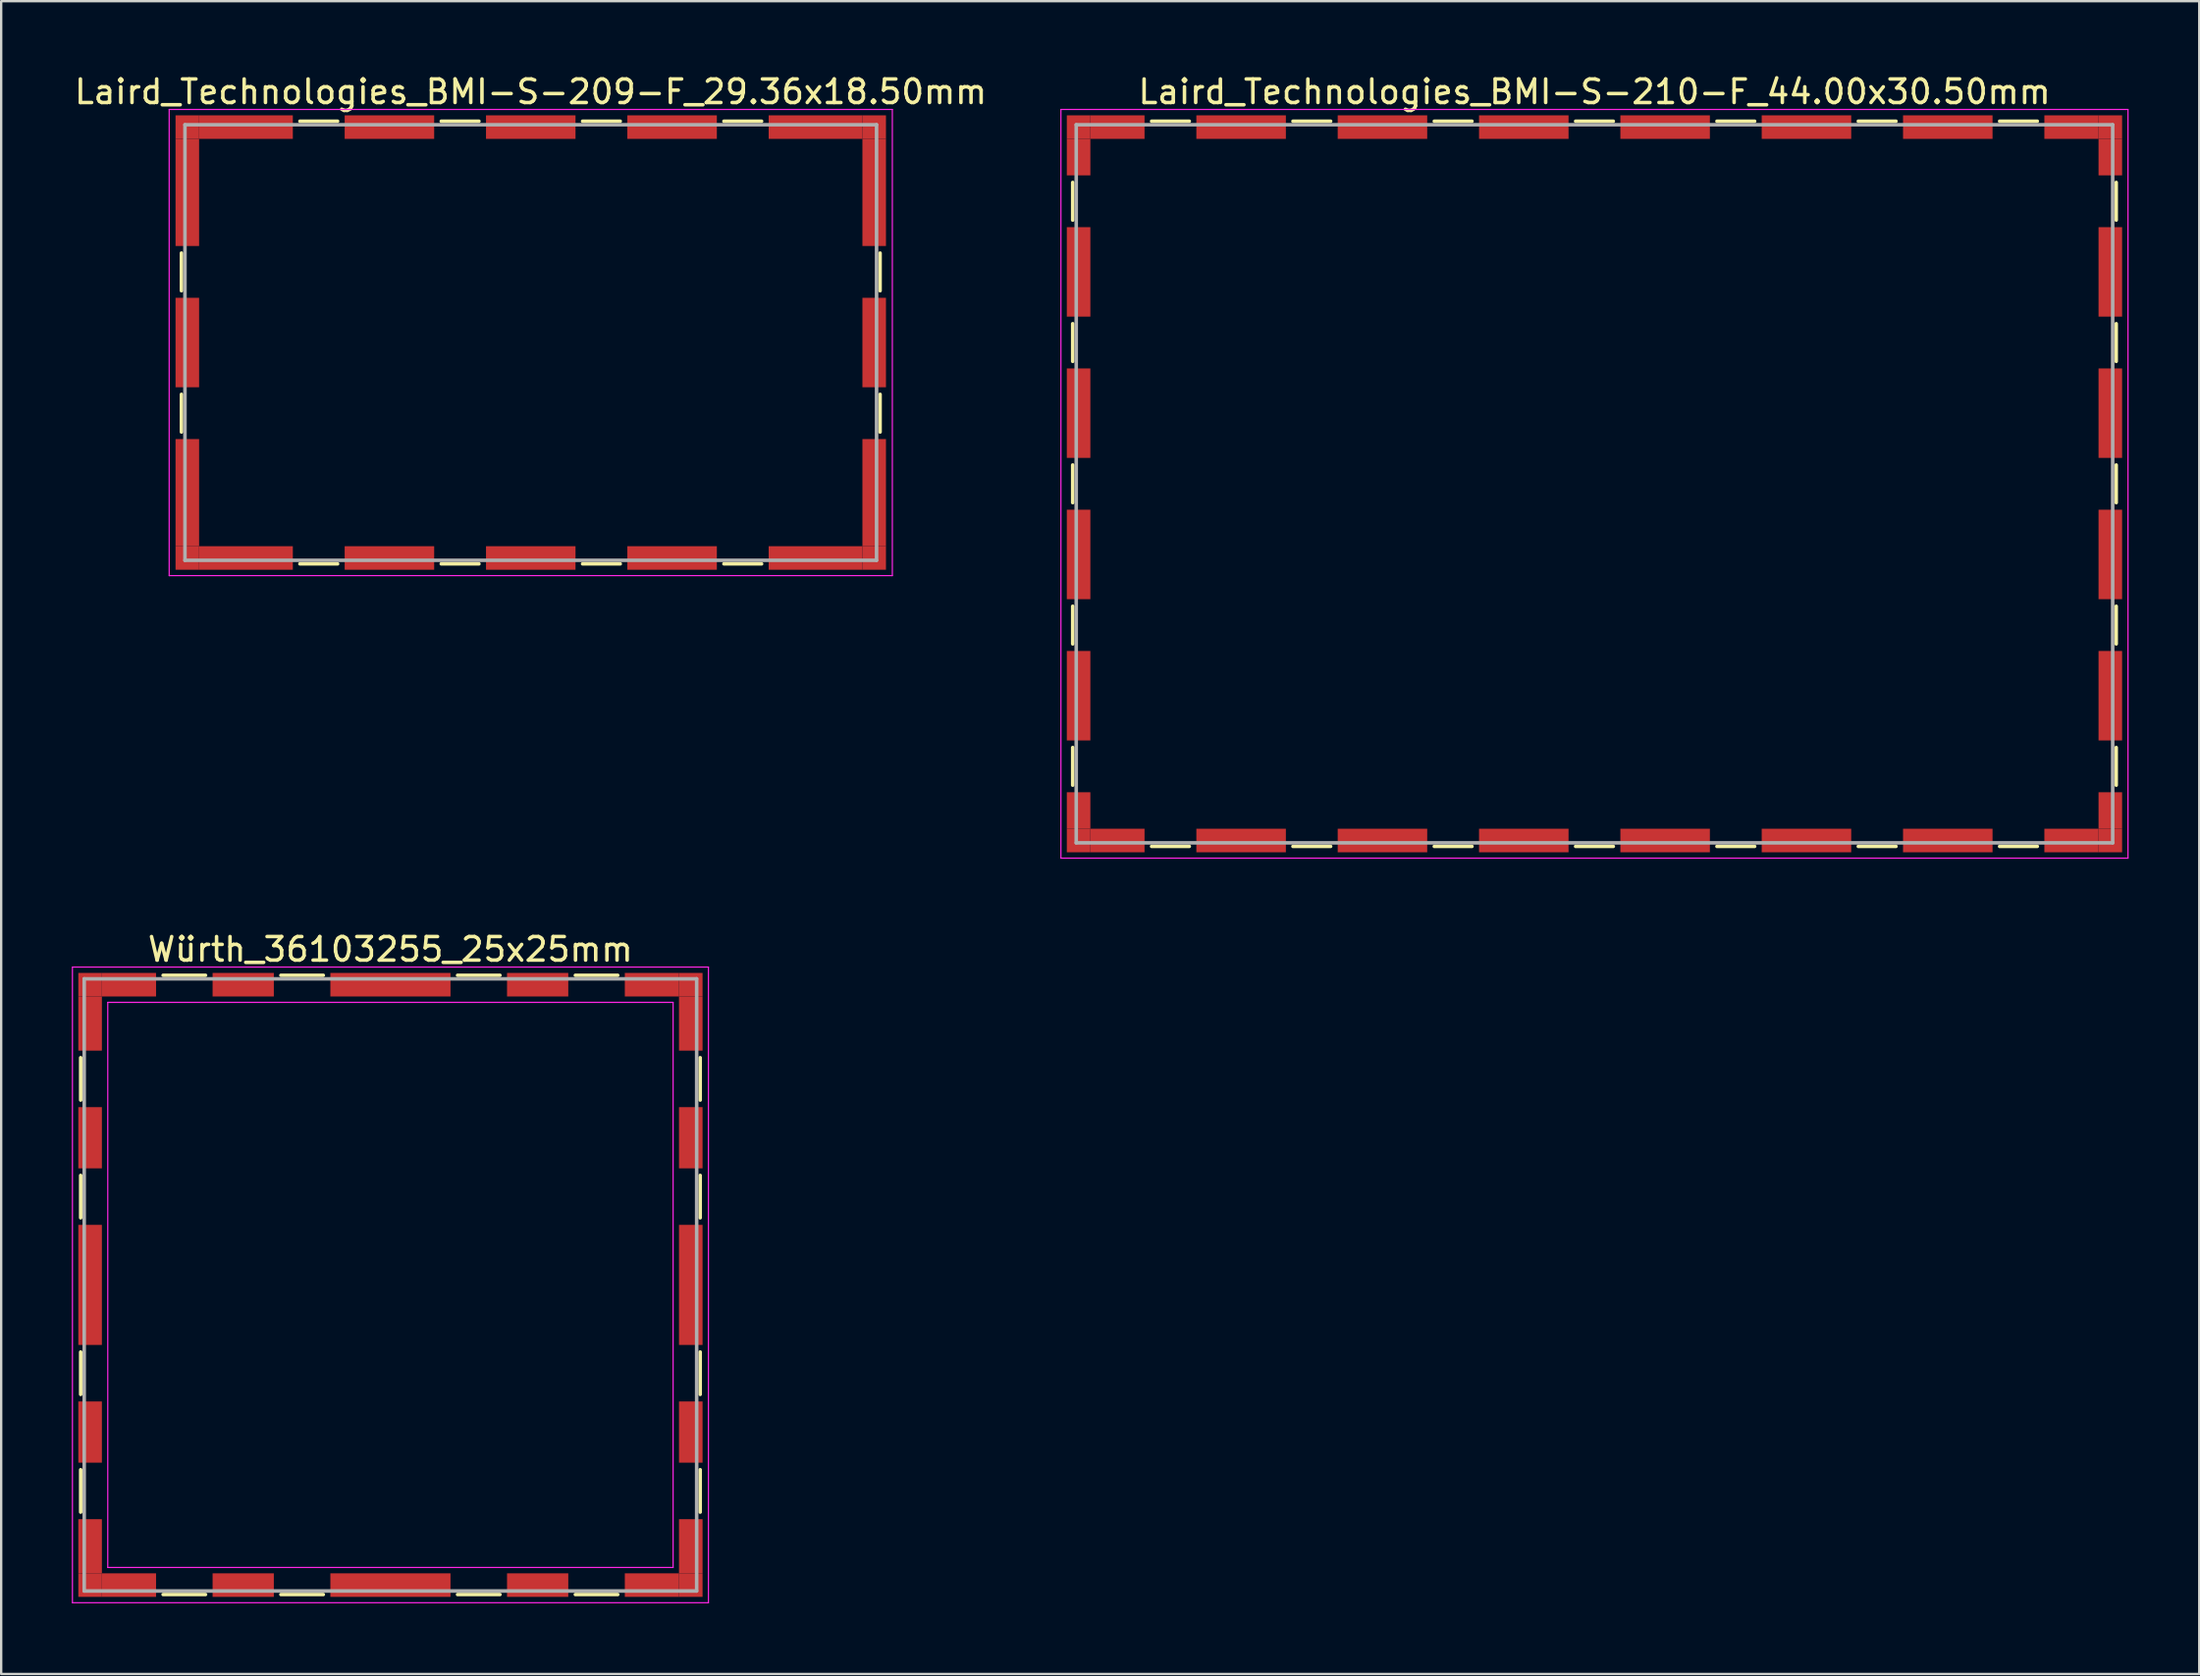
<source format=kicad_pcb>
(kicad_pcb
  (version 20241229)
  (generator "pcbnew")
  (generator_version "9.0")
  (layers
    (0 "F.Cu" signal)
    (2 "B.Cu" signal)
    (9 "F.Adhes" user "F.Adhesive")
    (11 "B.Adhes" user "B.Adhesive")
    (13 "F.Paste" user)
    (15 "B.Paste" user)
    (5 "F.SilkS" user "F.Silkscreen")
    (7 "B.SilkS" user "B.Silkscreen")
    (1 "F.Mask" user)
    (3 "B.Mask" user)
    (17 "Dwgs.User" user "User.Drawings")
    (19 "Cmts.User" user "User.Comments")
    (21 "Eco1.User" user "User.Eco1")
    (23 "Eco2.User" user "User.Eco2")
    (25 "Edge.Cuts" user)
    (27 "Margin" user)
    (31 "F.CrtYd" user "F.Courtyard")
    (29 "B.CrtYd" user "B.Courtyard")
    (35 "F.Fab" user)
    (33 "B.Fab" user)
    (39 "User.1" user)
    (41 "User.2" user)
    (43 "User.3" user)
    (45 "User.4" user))
  (footprint "Laird_Technologies_BMI-S-209-F_29.36x18.50mm"
    (layer "F.Cu")
    (at 19.482 11.498)
    (property "Reference" "Laird_Technologies_BMI-S-209-F_29.36x18.50mm" (at 0 -10.65 0) (layer "F.SilkS") (effects (font (size 1 1) (thickness 0.15))))
    (attr smd)
    (fp_line (start -14.83 -3.8) (end -14.83 -2.2) (stroke (width 0.15) (type solid)) (layer "F.SilkS"))
    (fp_line (start -14.83 2.2) (end -14.83 3.8) (stroke (width 0.15) (type solid)) (layer "F.SilkS"))
    (fp_line (start -9.8 -9.4) (end -8.2 -9.4) (stroke (width 0.15) (type solid)) (layer "F.SilkS"))
    (fp_line (start -9.8 9.4) (end -8.2 9.4) (stroke (width 0.15) (type solid)) (layer "F.SilkS"))
    (fp_line (start -3.8 -9.4) (end -2.2 -9.4) (stroke (width 0.15) (type solid)) (layer "F.SilkS"))
    (fp_line (start -3.8 9.4) (end -2.2 9.4) (stroke (width 0.15) (type solid)) (layer "F.SilkS"))
    (fp_line (start 2.2 -9.4) (end 3.8 -9.4) (stroke (width 0.15) (type solid)) (layer "F.SilkS"))
    (fp_line (start 2.2 9.4) (end 3.8 9.4) (stroke (width 0.15) (type solid)) (layer "F.SilkS"))
    (fp_line (start 8.2 -9.4) (end 9.8 -9.4) (stroke (width 0.15) (type solid)) (layer "F.SilkS"))
    (fp_line (start 8.2 9.4) (end 9.8 9.4) (stroke (width 0.15) (type solid)) (layer "F.SilkS"))
    (fp_line (start 14.83 -3.8) (end 14.83 -2.2) (stroke (width 0.15) (type solid)) (layer "F.SilkS"))
    (fp_line (start 14.83 2.2) (end 14.83 3.8) (stroke (width 0.15) (type solid)) (layer "F.SilkS"))
    (fp_line (start -15.35 -9.9) (end -15.35 9.9) (stroke (width 0.05) (type solid)) (layer "F.CrtYd"))
    (fp_line (start -15.35 9.9) (end 15.35 9.9) (stroke (width 0.05) (type solid)) (layer "F.CrtYd"))
    (fp_line (start 15.35 -9.9) (end -15.35 -9.9) (stroke (width 0.05) (type solid)) (layer "F.CrtYd"))
    (fp_line (start 15.35 9.9) (end 15.35 -9.9) (stroke (width 0.05) (type solid)) (layer "F.CrtYd"))
    (fp_line (start -14.68 -9.25) (end -14.68 9.25) (stroke (width 0.15) (type solid)) (layer "F.Fab"))
    (fp_line (start -14.68 9.25) (end 14.68 9.25) (stroke (width 0.15) (type solid)) (layer "F.Fab"))
    (fp_line (start 14.68 -9.25) (end -14.68 -9.25) (stroke (width 0.15) (type solid)) (layer "F.Fab"))
    (fp_line (start 14.68 9.25) (end 14.68 -9.25) (stroke (width 0.15) (type solid)) (layer "F.Fab"))
    (pad "1" smd rect (at -14.58 -9.15) (size 1 1) (layers "F.Cu" "F.Mask"))
    (pad "1" smd rect (at -14.58 -6.375) (size 1 4.55) (layers "F.Cu" "F.Mask"))
    (pad "1" smd rect (at -14.58 0) (size 1 3.8) (layers "F.Cu" "F.Mask"))
    (pad "1" smd rect (at -14.58 6.375) (size 1 4.55) (layers "F.Cu" "F.Mask"))
    (pad "1" smd rect (at -14.58 9.15) (size 1 1) (layers "F.Cu" "F.Mask"))
    (pad "1" smd rect (at -12.09 -9.15) (size 3.98 1) (layers "F.Cu" "F.Mask"))
    (pad "1" smd rect (at -12.09 9.15) (size 3.98 1) (layers "F.Cu" "F.Mask"))
    (pad "1" smd rect (at -6 -9.15) (size 3.8 1) (layers "F.Cu" "F.Mask"))
    (pad "1" smd rect (at -6 9.15) (size 3.8 1) (layers "F.Cu" "F.Mask"))
    (pad "1" smd rect (at 0 -9.15) (size 3.8 1) (layers "F.Cu" "F.Mask"))
    (pad "1" smd rect (at 0 9.15) (size 3.8 1) (layers "F.Cu" "F.Mask"))
    (pad "1" smd rect (at 6 -9.15) (size 3.8 1) (layers "F.Cu" "F.Mask"))
    (pad "1" smd rect (at 6 9.15) (size 3.8 1) (layers "F.Cu" "F.Mask"))
    (pad "1" smd rect (at 12.09 -9.15) (size 3.98 1) (layers "F.Cu" "F.Mask"))
    (pad "1" smd rect (at 12.09 9.15) (size 3.98 1) (layers "F.Cu" "F.Mask"))
    (pad "1" smd rect (at 14.58 -9.15) (size 1 1) (layers "F.Cu" "F.Mask"))
    (pad "1" smd rect (at 14.58 -6.375) (size 1 4.55) (layers "F.Cu" "F.Mask"))
    (pad "1" smd rect (at 14.58 0) (size 1 3.8) (layers "F.Cu" "F.Mask"))
    (pad "1" smd rect (at 14.58 6.375) (size 1 4.55) (layers "F.Cu" "F.Mask"))
    (pad "1" smd rect (at 14.58 9.15) (size 1 1) (layers "F.Cu" "F.Mask")))
  (footprint "Würth_36103255_25x25mm"
    (layer "F.Cu")
    (at 13.525 51.522)
    (property "Reference" "Würth_36103255_25x25mm" (at 0 -14.25 0) (layer "F.SilkS") (effects (font (size 1 1) (thickness 0.15))))
    (attr smd)
    (fp_line (start -13.15 -9.65) (end -13.15 -7.85) (stroke (width 0.15) (type solid)) (layer "F.SilkS"))
    (fp_line (start -13.15 -4.65) (end -13.15 -2.85) (stroke (width 0.15) (type solid)) (layer "F.SilkS"))
    (fp_line (start -13.15 2.85) (end -13.15 4.65) (stroke (width 0.15) (type solid)) (layer "F.SilkS"))
    (fp_line (start -13.15 7.85) (end -13.15 9.65) (stroke (width 0.15) (type solid)) (layer "F.SilkS"))
    (fp_line (start -9.65 -13.15) (end -7.85 -13.15) (stroke (width 0.15) (type solid)) (layer "F.SilkS"))
    (fp_line (start -9.65 13.15) (end -7.85 13.15) (stroke (width 0.15) (type solid)) (layer "F.SilkS"))
    (fp_line (start -4.65 -13.15) (end -2.85 -13.15) (stroke (width 0.15) (type solid)) (layer "F.SilkS"))
    (fp_line (start -4.65 13.15) (end -2.85 13.15) (stroke (width 0.15) (type solid)) (layer "F.SilkS"))
    (fp_line (start 2.85 -13.15) (end 4.65 -13.15) (stroke (width 0.15) (type solid)) (layer "F.SilkS"))
    (fp_line (start 2.85 13.15) (end 4.65 13.15) (stroke (width 0.15) (type solid)) (layer "F.SilkS"))
    (fp_line (start 7.85 -13.15) (end 9.65 -13.15) (stroke (width 0.15) (type solid)) (layer "F.SilkS"))
    (fp_line (start 7.85 13.15) (end 9.65 13.15) (stroke (width 0.15) (type solid)) (layer "F.SilkS"))
    (fp_line (start 13.15 -9.65) (end 13.15 -7.85) (stroke (width 0.15) (type solid)) (layer "F.SilkS"))
    (fp_line (start 13.15 -4.65) (end 13.15 -2.85) (stroke (width 0.15) (type solid)) (layer "F.SilkS"))
    (fp_line (start 13.15 2.85) (end 13.15 4.65) (stroke (width 0.15) (type solid)) (layer "F.SilkS"))
    (fp_line (start 13.15 7.85) (end 13.15 9.65) (stroke (width 0.15) (type solid)) (layer "F.SilkS"))
    (fp_line (start -13.5 -13.5) (end -13.5 13.5) (stroke (width 0.05) (type solid)) (layer "F.CrtYd"))
    (fp_line (start -13.5 13.5) (end 13.5 13.5) (stroke (width 0.05) (type solid)) (layer "F.CrtYd"))
    (fp_line (start -12 -12) (end -12 12) (stroke (width 0.05) (type solid)) (layer "F.CrtYd"))
    (fp_line (start -12 12) (end 12 12) (stroke (width 0.05) (type solid)) (layer "F.CrtYd"))
    (fp_line (start 12 -12) (end -12 -12) (stroke (width 0.05) (type solid)) (layer "F.CrtYd"))
    (fp_line (start 12 12) (end 12 -12) (stroke (width 0.05) (type solid)) (layer "F.CrtYd"))
    (fp_line (start 13.5 -13.5) (end -13.5 -13.5) (stroke (width 0.05) (type solid)) (layer "F.CrtYd"))
    (fp_line (start 13.5 13.5) (end 13.5 -13.5) (stroke (width 0.05) (type solid)) (layer "F.CrtYd"))
    (fp_line (start -13 -13) (end -13 13) (stroke (width 0.15) (type solid)) (layer "F.Fab"))
    (fp_line (start -13 13) (end 13 13) (stroke (width 0.15) (type solid)) (layer "F.Fab"))
    (fp_line (start 13 -13) (end -13 -13) (stroke (width 0.15) (type solid)) (layer "F.Fab"))
    (fp_line (start 13 13) (end 13 -13) (stroke (width 0.15) (type solid)) (layer "F.Fab"))
    (pad "1" smd rect (at -12.75 -12.75) (size 1 1) (layers "F.Cu" "F.Mask"))
    (pad "1" smd rect (at -12.75 -11.1) (size 1 2.3) (layers "F.Cu" "F.Mask"))
    (pad "1" smd rect (at -12.75 -6.25) (size 1 2.6) (layers "F.Cu" "F.Mask"))
    (pad "1" smd rect (at -12.75 0) (size 1 5.1) (layers "F.Cu" "F.Mask"))
    (pad "1" smd rect (at -12.75 6.25) (size 1 2.6) (layers "F.Cu" "F.Mask"))
    (pad "1" smd rect (at -12.75 11.1) (size 1 2.3) (layers "F.Cu" "F.Mask"))
    (pad "1" smd rect (at -12.75 12.75) (size 1 1) (layers "F.Cu" "F.Mask"))
    (pad "1" smd rect (at -11.1 -12.75) (size 2.3 1) (layers "F.Cu" "F.Mask"))
    (pad "1" smd rect (at -11.1 12.75) (size 2.3 1) (layers "F.Cu" "F.Mask"))
    (pad "1" smd rect (at -6.25 -12.75) (size 2.6 1) (layers "F.Cu" "F.Mask"))
    (pad "1" smd rect (at -6.25 12.75) (size 2.6 1) (layers "F.Cu" "F.Mask"))
    (pad "1" smd rect (at 0 -12.75) (size 5.1 1) (layers "F.Cu" "F.Mask"))
    (pad "1" smd rect (at 0 12.75) (size 5.1 1) (layers "F.Cu" "F.Mask"))
    (pad "1" smd rect (at 6.25 -12.75) (size 2.6 1) (layers "F.Cu" "F.Mask"))
    (pad "1" smd rect (at 6.25 12.75) (size 2.6 1) (layers "F.Cu" "F.Mask"))
    (pad "1" smd rect (at 11.1 -12.75) (size 2.3 1) (layers "F.Cu" "F.Mask"))
    (pad "1" smd rect (at 11.1 12.75) (size 2.3 1) (layers "F.Cu" "F.Mask"))
    (pad "1" smd rect (at 12.75 -12.75) (size 1 1) (layers "F.Cu" "F.Mask"))
    (pad "1" smd rect (at 12.75 -11.1) (size 1 2.3) (layers "F.Cu" "F.Mask"))
    (pad "1" smd rect (at 12.75 -6.25) (size 1 2.6) (layers "F.Cu" "F.Mask"))
    (pad "1" smd rect (at 12.75 0) (size 1 5.1) (layers "F.Cu" "F.Mask"))
    (pad "1" smd rect (at 12.75 6.25) (size 1 2.6) (layers "F.Cu" "F.Mask"))
    (pad "1" smd rect (at 12.75 11.1) (size 1 2.3) (layers "F.Cu" "F.Mask"))
    (pad "1" smd rect (at 12.75 12.75) (size 1 1) (layers "F.Cu" "F.Mask")))
  (footprint "Laird_Technologies_BMI-S-210-F_44.00x30.50mm"
    (layer "F.Cu")
    (at 64.639 17.498)
    (property "Reference" "Laird_Technologies_BMI-S-210-F_44.00x30.50mm" (at 0 -16.65 0) (layer "F.SilkS") (effects (font (size 1 1) (thickness 0.15))))
    (attr smd)
    (fp_line (start -22.15 -12.8) (end -22.15 -11.2) (stroke (width 0.15) (type solid)) (layer "F.SilkS"))
    (fp_line (start -22.15 -6.8) (end -22.15 -5.2) (stroke (width 0.15) (type solid)) (layer "F.SilkS"))
    (fp_line (start -22.15 -0.8) (end -22.15 0.8) (stroke (width 0.15) (type solid)) (layer "F.SilkS"))
    (fp_line (start -22.15 5.2) (end -22.15 6.8) (stroke (width 0.15) (type solid)) (layer "F.SilkS"))
    (fp_line (start -22.15 11.2) (end -22.15 12.8) (stroke (width 0.15) (type solid)) (layer "F.SilkS"))
    (fp_line (start -18.8 -15.4) (end -17.2 -15.4) (stroke (width 0.15) (type solid)) (layer "F.SilkS"))
    (fp_line (start -18.8 15.4) (end -17.2 15.4) (stroke (width 0.15) (type solid)) (layer "F.SilkS"))
    (fp_line (start -12.8 -15.4) (end -11.2 -15.4) (stroke (width 0.15) (type solid)) (layer "F.SilkS"))
    (fp_line (start -12.8 15.4) (end -11.2 15.4) (stroke (width 0.15) (type solid)) (layer "F.SilkS"))
    (fp_line (start -6.8 -15.4) (end -5.2 -15.4) (stroke (width 0.15) (type solid)) (layer "F.SilkS"))
    (fp_line (start -6.8 15.4) (end -5.2 15.4) (stroke (width 0.15) (type solid)) (layer "F.SilkS"))
    (fp_line (start -0.8 -15.4) (end 0.8 -15.4) (stroke (width 0.15) (type solid)) (layer "F.SilkS"))
    (fp_line (start -0.8 15.4) (end 0.8 15.4) (stroke (width 0.15) (type solid)) (layer "F.SilkS"))
    (fp_line (start 5.2 -15.4) (end 6.8 -15.4) (stroke (width 0.15) (type solid)) (layer "F.SilkS"))
    (fp_line (start 5.2 15.4) (end 6.8 15.4) (stroke (width 0.15) (type solid)) (layer "F.SilkS"))
    (fp_line (start 11.2 -15.4) (end 12.8 -15.4) (stroke (width 0.15) (type solid)) (layer "F.SilkS"))
    (fp_line (start 11.2 15.4) (end 12.8 15.4) (stroke (width 0.15) (type solid)) (layer "F.SilkS"))
    (fp_line (start 17.2 -15.4) (end 18.8 -15.4) (stroke (width 0.15) (type solid)) (layer "F.SilkS"))
    (fp_line (start 17.2 15.4) (end 18.8 15.4) (stroke (width 0.15) (type solid)) (layer "F.SilkS"))
    (fp_line (start 22.15 -12.8) (end 22.15 -11.2) (stroke (width 0.15) (type solid)) (layer "F.SilkS"))
    (fp_line (start 22.15 -6.8) (end 22.15 -5.2) (stroke (width 0.15) (type solid)) (layer "F.SilkS"))
    (fp_line (start 22.15 -0.8) (end 22.15 0.8) (stroke (width 0.15) (type solid)) (layer "F.SilkS"))
    (fp_line (start 22.15 5.2) (end 22.15 6.8) (stroke (width 0.15) (type solid)) (layer "F.SilkS"))
    (fp_line (start 22.15 11.2) (end 22.15 12.8) (stroke (width 0.15) (type solid)) (layer "F.SilkS"))
    (fp_line (start -22.65 -15.9) (end -22.65 15.9) (stroke (width 0.05) (type solid)) (layer "F.CrtYd"))
    (fp_line (start -22.65 15.9) (end 22.65 15.9) (stroke (width 0.05) (type solid)) (layer "F.CrtYd"))
    (fp_line (start 22.65 -15.9) (end -22.65 -15.9) (stroke (width 0.05) (type solid)) (layer "F.CrtYd"))
    (fp_line (start 22.65 15.9) (end 22.65 -15.9) (stroke (width 0.05) (type solid)) (layer "F.CrtYd"))
    (fp_line (start -22 -15.25) (end -22 15.25) (stroke (width 0.15) (type solid)) (layer "F.Fab"))
    (fp_line (start -22 15.25) (end 22 15.25) (stroke (width 0.15) (type solid)) (layer "F.Fab"))
    (fp_line (start 22 -15.25) (end -22 -15.25) (stroke (width 0.15) (type solid)) (layer "F.Fab"))
    (fp_line (start 22 15.25) (end 22 -15.25) (stroke (width 0.15) (type solid)) (layer "F.Fab"))
    (pad "1" smd rect (at -21.9 -15.15) (size 1 1) (layers "F.Cu" "F.Mask"))
    (pad "1" smd rect (at -21.9 -13.875) (size 1 1.55) (layers "F.Cu" "F.Mask"))
    (pad "1" smd rect (at -21.9 -9) (size 1 3.8) (layers "F.Cu" "F.Mask"))
    (pad "1" smd rect (at -21.9 -3) (size 1 3.8) (layers "F.Cu" "F.Mask"))
    (pad "1" smd rect (at -21.9 3) (size 1 3.8) (layers "F.Cu" "F.Mask"))
    (pad "1" smd rect (at -21.9 9) (size 1 3.8) (layers "F.Cu" "F.Mask"))
    (pad "1" smd rect (at -21.9 13.875) (size 1 1.55) (layers "F.Cu" "F.Mask"))
    (pad "1" smd rect (at -21.9 15.15) (size 1 1) (layers "F.Cu" "F.Mask"))
    (pad "1" smd rect (at -20.25 -15.15) (size 2.3 1) (layers "F.Cu" "F.Mask"))
    (pad "1" smd rect (at -20.25 15.15) (size 2.3 1) (layers "F.Cu" "F.Mask"))
    (pad "1" smd rect (at -15 -15.15) (size 3.8 1) (layers "F.Cu" "F.Mask"))
    (pad "1" smd rect (at -15 15.15) (size 3.8 1) (layers "F.Cu" "F.Mask"))
    (pad "1" smd rect (at -9 -15.15) (size 3.8 1) (layers "F.Cu" "F.Mask"))
    (pad "1" smd rect (at -9 15.15) (size 3.8 1) (layers "F.Cu" "F.Mask"))
    (pad "1" smd rect (at -3 -15.15) (size 3.8 1) (layers "F.Cu" "F.Mask"))
    (pad "1" smd rect (at -3 15.15) (size 3.8 1) (layers "F.Cu" "F.Mask"))
    (pad "1" smd rect (at 3 -15.15) (size 3.8 1) (layers "F.Cu" "F.Mask"))
    (pad "1" smd rect (at 3 15.15) (size 3.8 1) (layers "F.Cu" "F.Mask"))
    (pad "1" smd rect (at 9 -15.15) (size 3.8 1) (layers "F.Cu" "F.Mask"))
    (pad "1" smd rect (at 9 15.15) (size 3.8 1) (layers "F.Cu" "F.Mask"))
    (pad "1" smd rect (at 15 -15.15) (size 3.8 1) (layers "F.Cu" "F.Mask"))
    (pad "1" smd rect (at 15 15.15) (size 3.8 1) (layers "F.Cu" "F.Mask"))
    (pad "1" smd rect (at 20.25 -15.15) (size 2.3 1) (layers "F.Cu" "F.Mask"))
    (pad "1" smd rect (at 20.25 15.15) (size 2.3 1) (layers "F.Cu" "F.Mask"))
    (pad "1" smd rect (at 21.9 -15.15) (size 1 1) (layers "F.Cu" "F.Mask"))
    (pad "1" smd rect (at 21.9 -13.875) (size 1 1.55) (layers "F.Cu" "F.Mask"))
    (pad "1" smd rect (at 21.9 -9) (size 1 3.8) (layers "F.Cu" "F.Mask"))
    (pad "1" smd rect (at 21.9 -3) (size 1 3.8) (layers "F.Cu" "F.Mask"))
    (pad "1" smd rect (at 21.9 3) (size 1 3.8) (layers "F.Cu" "F.Mask"))
    (pad "1" smd rect (at 21.9 9) (size 1 3.8) (layers "F.Cu" "F.Mask"))
    (pad "1" smd rect (at 21.9 13.875) (size 1 1.55) (layers "F.Cu" "F.Mask"))
    (pad "1" smd rect (at 21.9 15.15) (size 1 1) (layers "F.Cu" "F.Mask")))
  (gr_rect
    (start -3 -3)
    (end 90.314 68.046)
    (stroke (width 0.1) (type default))
    (fill no)
    (layer "Edge.Cuts")))
</source>
